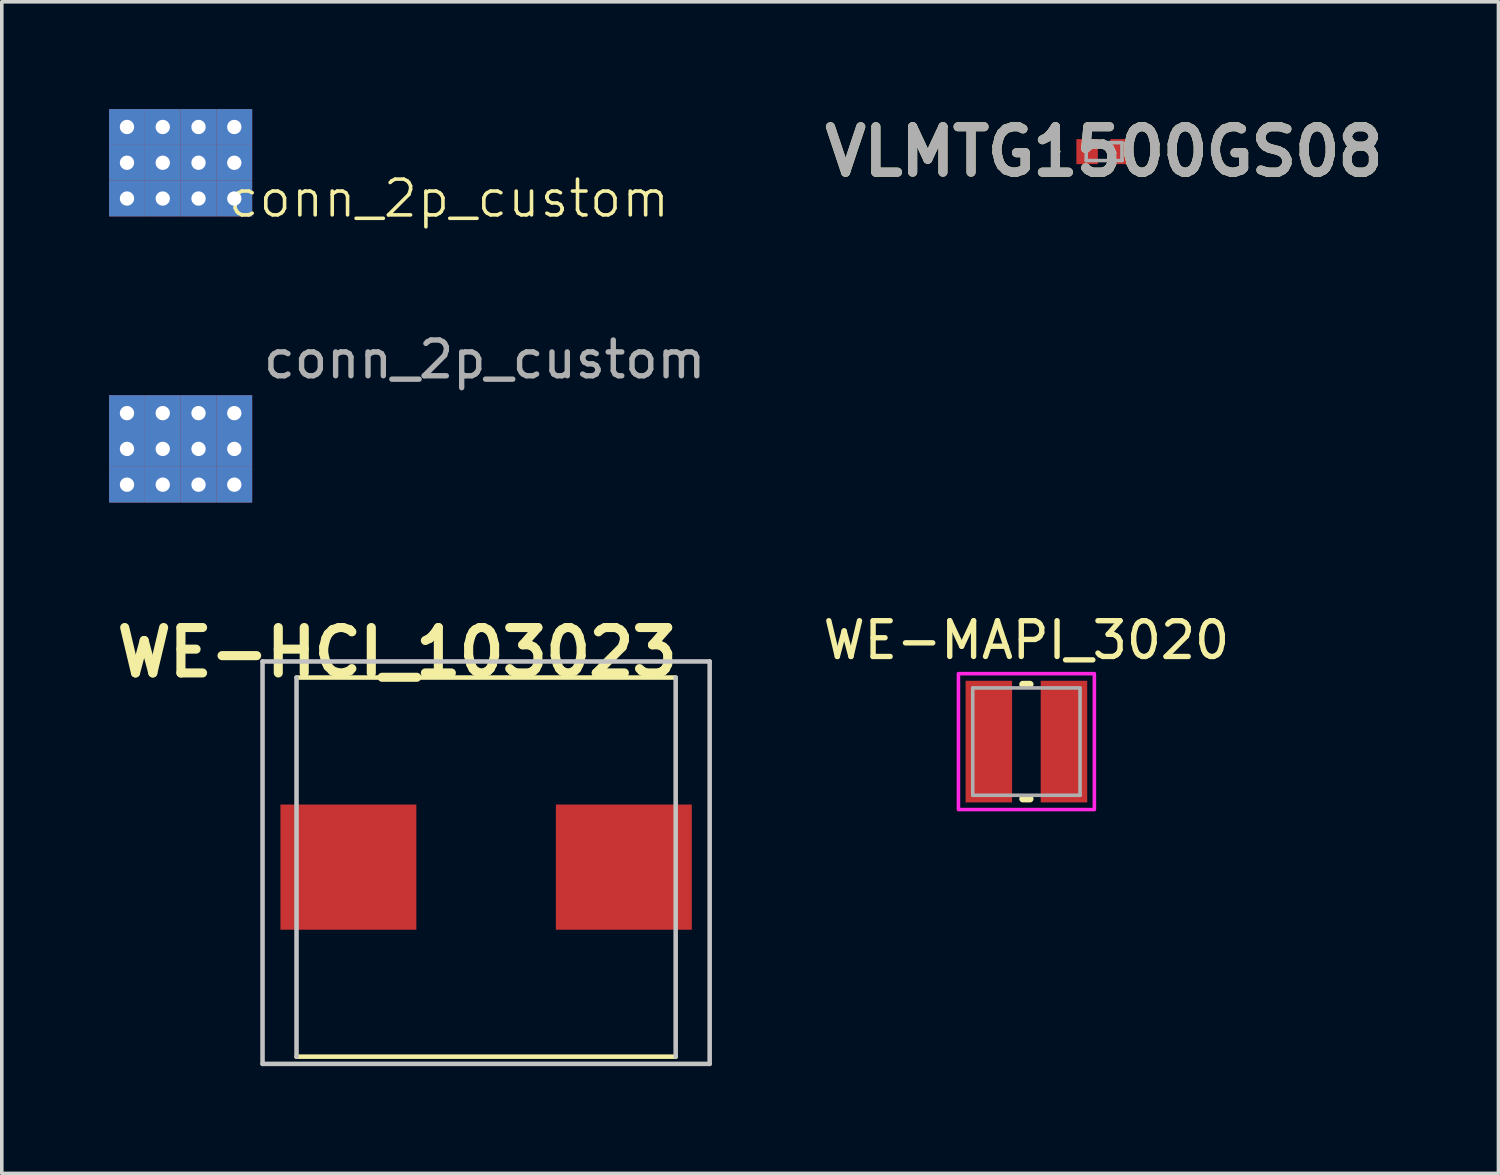
<source format=kicad_pcb>
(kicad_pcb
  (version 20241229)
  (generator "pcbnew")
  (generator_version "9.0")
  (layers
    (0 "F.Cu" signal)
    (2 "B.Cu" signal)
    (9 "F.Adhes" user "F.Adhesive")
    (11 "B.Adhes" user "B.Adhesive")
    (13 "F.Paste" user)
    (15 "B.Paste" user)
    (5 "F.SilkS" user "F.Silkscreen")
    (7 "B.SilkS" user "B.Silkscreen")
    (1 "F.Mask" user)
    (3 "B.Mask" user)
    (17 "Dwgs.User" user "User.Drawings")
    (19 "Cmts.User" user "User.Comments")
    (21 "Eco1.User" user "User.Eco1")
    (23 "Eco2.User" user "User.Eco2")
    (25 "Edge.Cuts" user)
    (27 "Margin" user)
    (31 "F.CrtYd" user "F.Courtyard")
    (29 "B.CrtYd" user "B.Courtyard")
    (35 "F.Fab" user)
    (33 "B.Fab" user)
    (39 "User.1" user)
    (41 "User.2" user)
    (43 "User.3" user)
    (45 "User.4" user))
  (footprint "WE-MAPI_3020"
    (layer "F.Cu")
    (at 25.645 17.683)
    (property "Reference" "WE-MAPI_3020" (at 0 -2.835 0) (layer "F.SilkS") (effects (font (size 1 1) (thickness 0.15))))
    (attr smd)
    (fp_line (start -0.1 -1.6) (end 0.1 -1.6) (stroke (width 0.2) (type solid)) (layer "F.SilkS"))
    (fp_line (start -0.1 1.6) (end 0.1 1.6) (stroke (width 0.2) (type solid)) (layer "F.SilkS"))
    (fp_poly (pts (xy -1.9 -1.9) (xy 1.9 -1.9) (xy 1.9 1.9) (xy -1.9 1.9)) (stroke (width 0.1) (type solid)) (fill no) (layer "F.CrtYd"))
    (fp_line (start -1.5 -1.5) (end 1.5 -1.5) (stroke (width 0.1) (type solid)) (layer "F.Fab"))
    (fp_line (start -1.5 1.5) (end -1.5 -1.5) (stroke (width 0.1) (type solid)) (layer "F.Fab"))
    (fp_line (start 1.5 -1.5) (end 1.5 1.5) (stroke (width 0.1) (type solid)) (layer "F.Fab"))
    (fp_line (start 1.5 1.5) (end -1.5 1.5) (stroke (width 0.1) (type solid)) (layer "F.Fab"))
    (pad "1" smd rect (at -1.05 0) (size 1.3 3.4) (layers "F.Cu" "F.Mask" "F.Paste"))
    (pad "2" smd rect (at 1.05 0) (size 1.3 3.4) (layers "F.Cu" "F.Mask" "F.Paste"))
    (zone (net_name "") (layer "F.Cu") (hatch full 0.508) (connect_pads) (min_thickness 0.01) (filled_areas_thickness no) (keepout (tracks not_allowed) (vias not_allowed) (pads not_allowed) (copperpour not_allowed) (footprints allowed)) (placement (enabled no)) (fill) (polygon (pts (xy 25.245 15.983) (xy 26.045 15.983) (xy 26.045 19.383) (xy 25.245 19.383))))
    (zone (net_name "") (layers "F.Cu" "B.Cu") (hatch full 0.508) (connect_pads) (min_thickness 0.01) (filled_areas_thickness no) (keepout (tracks allowed) (vias not_allowed) (pads allowed) (copperpour allowed) (footprints allowed)) (placement (enabled no)) (fill) (polygon (pts (xy 25.245 15.983) (xy 26.045 15.983) (xy 26.045 19.383) (xy 25.245 19.383)))))
  (footprint "WE-HCI_103023"
    (layer "F.Cu")
    (at 10.54 21.192)
    (property "Reference" "WE-HCI_103023" (at -2.484 -6.003 0) (layer "F.SilkS") (effects (font (size 1.27 1.27) (thickness 0.254))))
    (attr smd)
    (fp_line (start -5.3 5.3) (end 5.3 5.3) (stroke (width 0.127) (type solid)) (layer "F.SilkS"))
    (fp_line (start 5.3 -5.3) (end -5.3 -5.3) (stroke (width 0.127) (type solid)) (layer "F.SilkS"))
    (fp_line (start -6.25 -5.75) (end -6.25 5.5) (stroke (width 0.127) (type solid)) (layer "Dwgs.User"))
    (fp_line (start -6.25 5.5) (end 6.25 5.5) (stroke (width 0.127) (type solid)) (layer "Dwgs.User"))
    (fp_line (start -5.3 -5.3) (end -5.3 5.3) (stroke (width 0.127) (type solid)) (layer "Dwgs.User"))
    (fp_line (start 5.3 5.3) (end 5.3 -5.3) (stroke (width 0.127) (type solid)) (layer "Dwgs.User"))
    (fp_line (start 6.25 -5.75) (end -6.25 -5.75) (stroke (width 0.127) (type solid)) (layer "Dwgs.User"))
    (fp_line (start 6.25 5.5) (end 6.25 -5.75) (stroke (width 0.127) (type solid)) (layer "Dwgs.User"))
    (pad "1" smd rect (at -3.85 0 90) (size 3.5 3.8) (layers "F.Cu" "F.Mask" "F.Paste"))
    (pad "2" smd rect (at 3.85 0 90) (size 3.5 3.8) (layers "F.Cu" "F.Mask" "F.Paste")))
  (footprint "conn_2p_custom"
    (layer "F.Cu")
    (at 1.5 4.5)
    (property "Reference" "conn_2p_custom" (at 8 -2 0) (unlocked yes) (layer "F.SilkS") (effects (font (size 1 1) (thickness 0.1))))
    (attr through_hole exclude_from_pos_files)
    (fp_text user "${REFERENCE}" (at 9 2.5 0) (unlocked yes) (layer "F.Fab") (effects (font (size 1 1) (thickness 0.15))))
    (pad "1" thru_hole custom (at -1 4) (size 1 1) (drill 0.4) (layers "*.Cu" "*.Mask") (options (anchor rect)) (primitives))
    (pad "1" thru_hole custom (at -1 5) (size 1 1) (drill 0.4) (layers "*.Cu" "*.Mask") (options (anchor rect)) (primitives))
    (pad "1" thru_hole custom (at -1 6) (size 1 1) (drill 0.4) (layers "*.Cu" "*.Mask") (options (anchor rect)) (primitives))
    (pad "1" thru_hole custom (at 0 4) (size 1 1) (drill 0.4) (layers "*.Cu" "*.Mask") (options (anchor rect)) (primitives))
    (pad "1" thru_hole custom (at 0 5) (size 1 1) (drill 0.4) (layers "*.Cu" "*.Mask") (options (anchor rect)) (primitives))
    (pad "1" thru_hole custom (at 0 6) (size 1 1) (drill 0.4) (layers "*.Cu" "*.Mask") (options (anchor rect)) (primitives))
    (pad "1" thru_hole custom (at 1 4) (size 1 1) (drill 0.4) (layers "*.Cu" "*.Mask") (options (anchor rect)) (primitives))
    (pad "1" thru_hole custom (at 1 5) (size 1 1) (drill 0.4) (layers "*.Cu" "*.Mask") (options (anchor rect)) (primitives))
    (pad "1" thru_hole custom (at 1 6) (size 1 1) (drill 0.4) (layers "*.Cu" "*.Mask") (options (anchor rect)) (primitives))
    (pad "1" thru_hole custom (at 2 4) (size 1 1) (drill 0.4) (layers "*.Cu" "*.Mask") (options (anchor rect)) (primitives))
    (pad "1" thru_hole custom (at 2 5) (size 1 1) (drill 0.4) (layers "*.Cu" "*.Mask") (options (anchor rect)) (primitives))
    (pad "1" thru_hole custom (at 2 6) (size 1 1) (drill 0.4) (layers "*.Cu" "*.Mask") (options (anchor rect)) (primitives))
    (pad "2" thru_hole custom (at -1 -4) (size 1 1) (drill 0.4) (layers "*.Cu" "*.Mask") (options (anchor rect)) (primitives))
    (pad "2" thru_hole custom (at -1 -3) (size 1 1) (drill 0.4) (layers "*.Cu" "*.Mask") (options (anchor rect)) (primitives))
    (pad "2" thru_hole custom (at -1 -2) (size 1 1) (drill 0.4) (layers "*.Cu" "*.Mask") (options (anchor rect)) (primitives))
    (pad "2" thru_hole custom (at 0 -4) (size 1 1) (drill 0.4) (layers "*.Cu" "*.Mask") (options (anchor rect)) (primitives))
    (pad "2" thru_hole custom (at 0 -3) (size 1 1) (drill 0.4) (layers "*.Cu" "*.Mask") (options (anchor rect)) (primitives))
    (pad "2" thru_hole custom (at 0 -2) (size 1 1) (drill 0.4) (layers "*.Cu" "*.Mask") (options (anchor rect)) (primitives))
    (pad "2" thru_hole custom (at 1 -4) (size 1 1) (drill 0.4) (layers "*.Cu" "*.Mask") (options (anchor rect)) (primitives))
    (pad "2" thru_hole custom (at 1 -3) (size 1 1) (drill 0.4) (layers "*.Cu" "*.Mask") (options (anchor rect)) (primitives))
    (pad "2" thru_hole custom (at 1 -2) (size 1 1) (drill 0.4) (layers "*.Cu" "*.Mask") (options (anchor rect)) (primitives))
    (pad "2" thru_hole custom (at 2 -4) (size 1 1) (drill 0.4) (layers "*.Cu" "*.Mask") (options (anchor rect)) (primitives))
    (pad "2" thru_hole custom (at 2 -3) (size 1 1) (drill 0.4) (layers "*.Cu" "*.Mask") (options (anchor rect)) (primitives))
    (pad "2" thru_hole custom (at 2 -2) (size 1 1) (drill 0.4) (layers "*.Cu" "*.Mask") (options (anchor rect)) (primitives)))
  (footprint "VLMTG1500GS08"
    (layer "F.Cu")
    (at 27.817 1.189)
    (property "Reference" "VLMTG1500GS08" (at 0 0 0) (layer "F.SilkS") (effects (font (size 1.27 1.27) (thickness 0.254))))
    (attr smd)
    (fp_line (start -1.375 0) (end -1.375 0) (stroke (width 0.1) (type solid)) (layer "F.SilkS"))
    (fp_line (start -1.275 0) (end -1.275 0) (stroke (width 0.1) (type solid)) (layer "F.SilkS"))
    (fp_arc (start -1.375 0) (mid -1.325 -0.05) (end -1.275 0) (stroke (width 0.1) (type solid)) (layer "F.SilkS"))
    (fp_arc (start -1.275 0) (mid -1.325 0.05) (end -1.375 0) (stroke (width 0.1) (type solid)) (layer "F.SilkS"))
    (fp_line (start -0.5 -0.25) (end 0.5 -0.25) (stroke (width 0.1) (type solid)) (layer "F.Fab"))
    (fp_line (start -0.5 0.25) (end -0.5 -0.25) (stroke (width 0.1) (type solid)) (layer "F.Fab"))
    (fp_line (start 0.5 -0.25) (end 0.5 0.25) (stroke (width 0.1) (type solid)) (layer "F.Fab"))
    (fp_line (start 0.5 0.25) (end -0.5 0.25) (stroke (width 0.1) (type solid)) (layer "F.Fab"))
    (fp_text user "${REFERENCE}" (at 0 0 0) (layer "F.Fab") (effects (font (size 1.27 1.27) (thickness 0.254))))
    (pad "1" smd rect (at -0.475 0) (size 0.6 0.7) (layers "F.Cu" "F.Mask" "F.Paste"))
    (pad "2" smd rect (at 0.475 0) (size 0.6 0.7) (layers "F.Cu" "F.Mask" "F.Paste")))
  (gr_rect
    (start -3 -3)
    (end 38.842 29.755)
    (stroke (width 0.1) (type default))
    (fill no)
    (layer "Edge.Cuts")))
</source>
